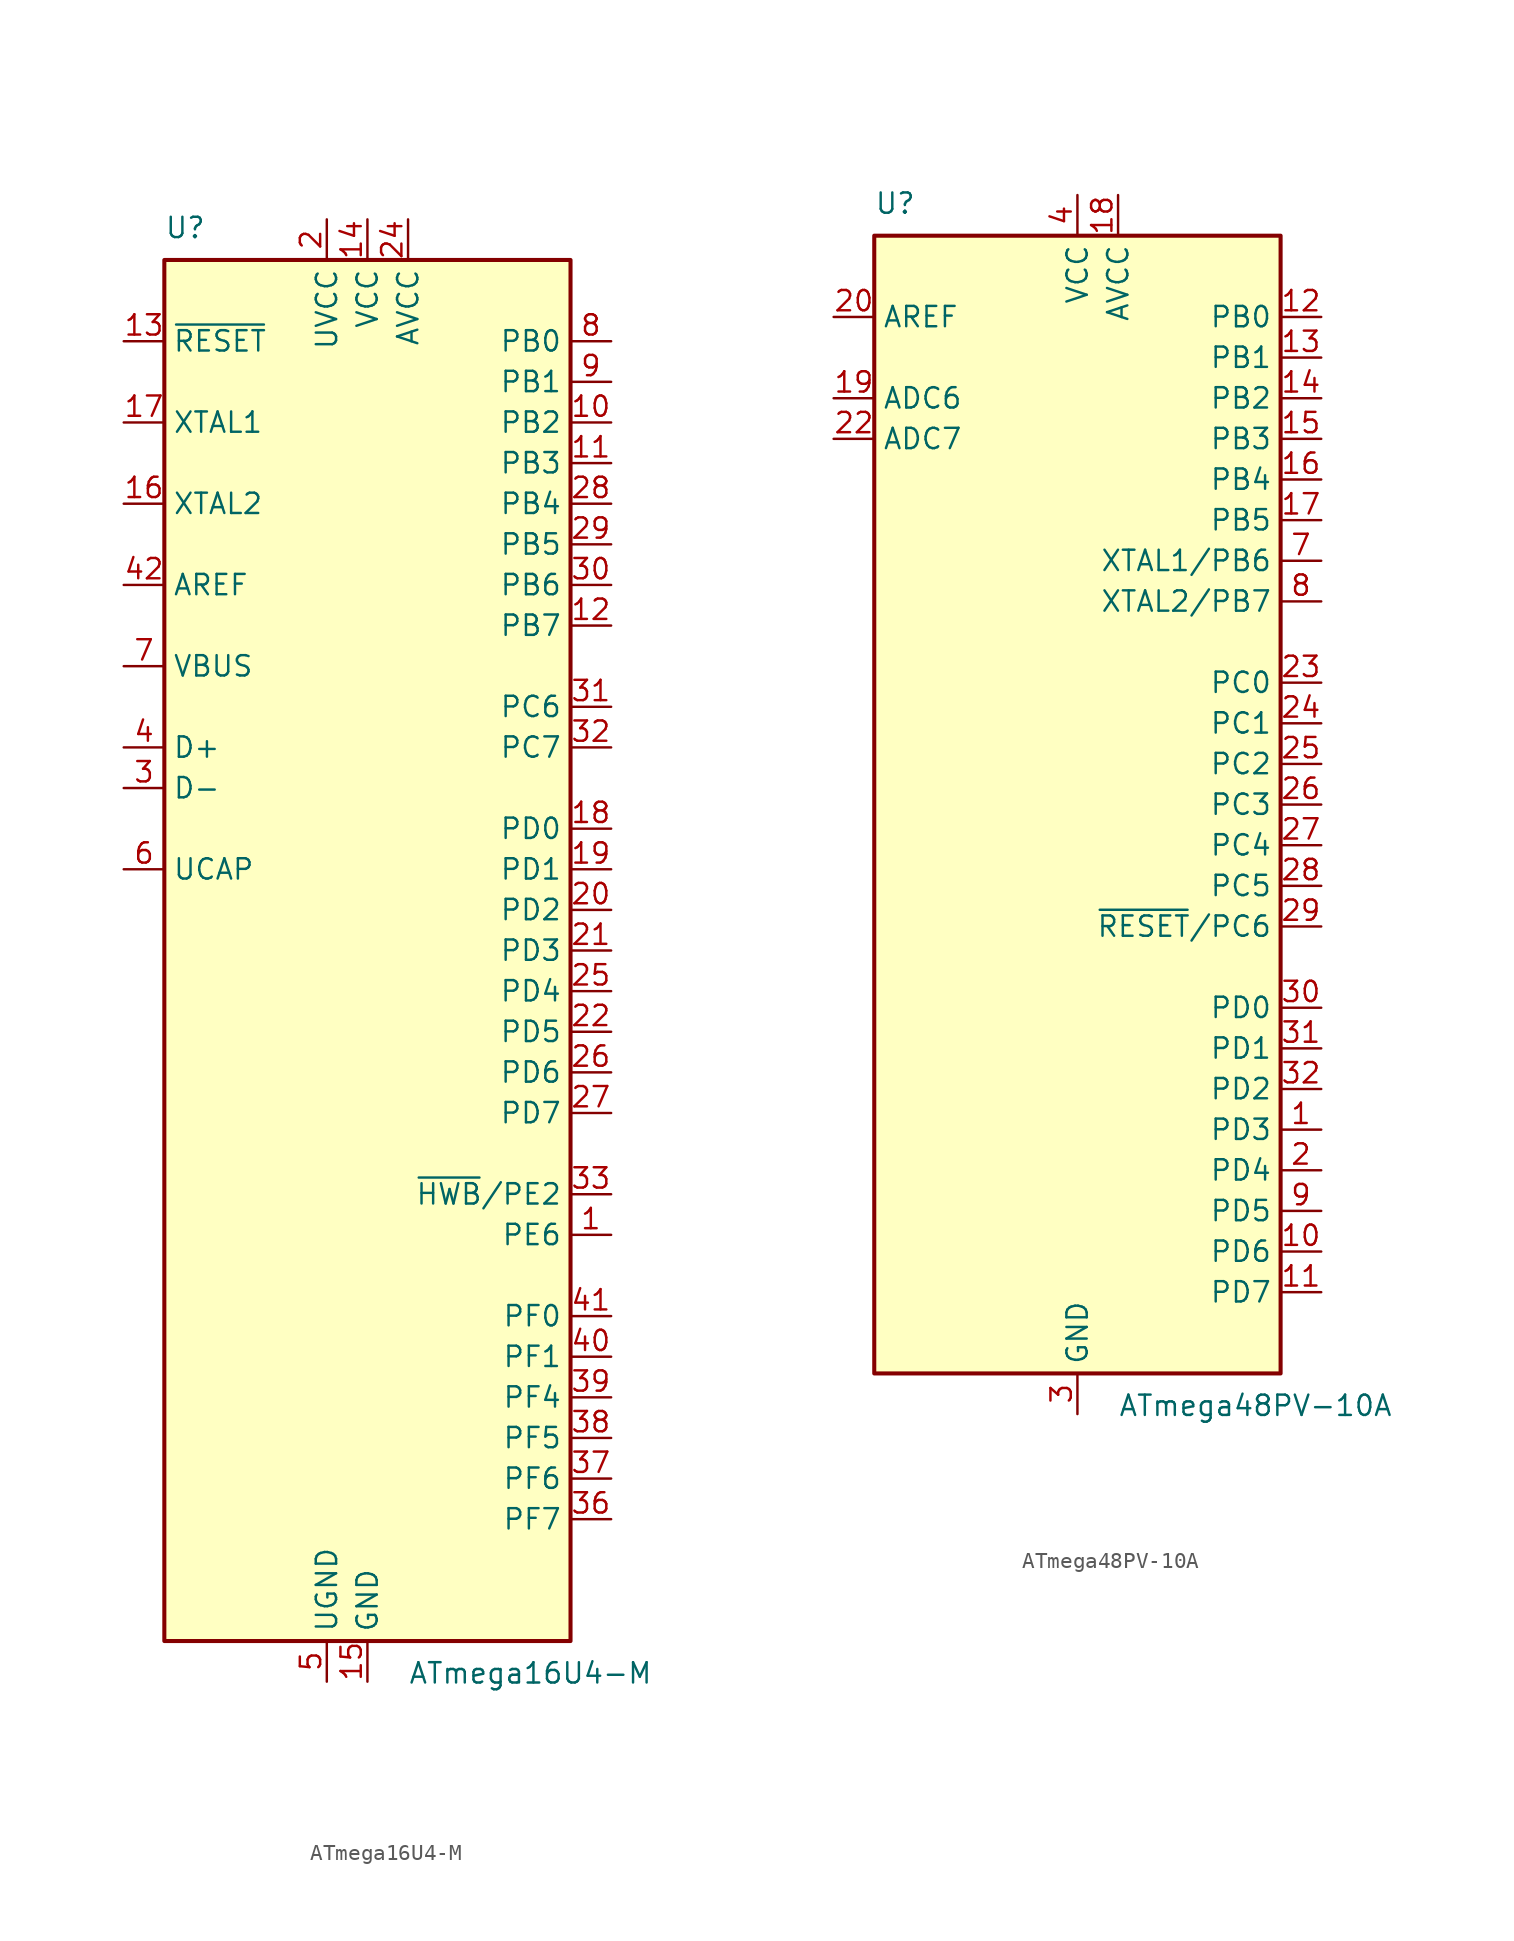
<source format=kicad_sym>
(kicad_symbol_lib
  (version 20241209)
  (generator "kicad_symbol_editor")
  (generator_version "9.0")
  (symbol "ATmega16U4-M"
    (property "Reference" "U"
      (at -12.7 44.45 0)
      (effects (font (size 1.27 1.27)) (justify left bottom)))
    (property "Value" "ATmega16U4-M"
      (at 2.54 -44.45 0)
      (effects (font (size 1.27 1.27)) (justify left top)))
    (symbol "ATmega16U4-M_0_1"
      (rectangle (start -12.7 -43.18) (end 12.7 43.18) (stroke (width 0.254) (type default)) (fill (type background))))
    (symbol "ATmega16U4-M_1_1"
      (pin input line (at -15.24 38.1 0) (length 2.54) (name "~{RESET}" (effects (font (size 1.27 1.27)))) (number "13" (effects (font (size 1.27 1.27)))))
      (pin input line (at -15.24 33.02 0) (length 2.54) (name "XTAL1" (effects (font (size 1.27 1.27)))) (number "17" (effects (font (size 1.27 1.27)))))
      (pin output line (at -15.24 27.94 0) (length 2.54) (name "XTAL2" (effects (font (size 1.27 1.27)))) (number "16" (effects (font (size 1.27 1.27)))))
      (pin passive line (at -15.24 22.86 0) (length 2.54) (name "AREF" (effects (font (size 1.27 1.27)))) (number "42" (effects (font (size 1.27 1.27)))))
      (pin input line (at -15.24 17.78 0) (length 2.54) (name "VBUS" (effects (font (size 1.27 1.27)))) (number "7" (effects (font (size 1.27 1.27)))))
      (pin bidirectional line (at -15.24 12.7 0) (length 2.54) (name "D+" (effects (font (size 1.27 1.27)))) (number "4" (effects (font (size 1.27 1.27)))))
      (pin bidirectional line (at -15.24 10.16 0) (length 2.54) (name "D-" (effects (font (size 1.27 1.27)))) (number "3" (effects (font (size 1.27 1.27)))))
      (pin passive line (at -15.24 5.08 0) (length 2.54) (name "UCAP" (effects (font (size 1.27 1.27)))) (number "6" (effects (font (size 1.27 1.27)))))
      (pin power_in line (at -2.54 45.72 270) (length 2.54) (name "UVCC" (effects (font (size 1.27 1.27)))) (number "2" (effects (font (size 1.27 1.27)))))
      (pin passive line (at -2.54 -45.72 90) (length 2.54) (name "UGND" (effects (font (size 1.27 1.27)))) (number "5" (effects (font (size 1.27 1.27)))))
      (pin power_in line (at 0 45.72 270) (length 2.54) (name "VCC" (effects (font (size 1.27 1.27)))) (number "14" (effects (font (size 1.27 1.27)))))
      (pin passive line (at 0 45.72 270) (length 2.54) (hide yes) (name "VCC" (effects (font (size 1.27 1.27)))) (number "34" (effects (font (size 1.27 1.27)))))
      (pin power_in line (at 0 -45.72 90) (length 2.54) (name "GND" (effects (font (size 1.27 1.27)))) (number "15" (effects (font (size 1.27 1.27)))))
      (pin passive line (at 0 -45.72 90) (length 2.54) (hide yes) (name "GND" (effects (font (size 1.27 1.27)))) (number "23" (effects (font (size 1.27 1.27)))))
      (pin passive line (at 0 -45.72 90) (length 2.54) (hide yes) (name "GND" (effects (font (size 1.27 1.27)))) (number "35" (effects (font (size 1.27 1.27)))))
      (pin passive line (at 0 -45.72 90) (length 2.54) (hide yes) (name "GND" (effects (font (size 1.27 1.27)))) (number "43" (effects (font (size 1.27 1.27)))))
      (pin passive line (at 0 -45.72 90) (length 2.54) (hide yes) (name "GND" (effects (font (size 1.27 1.27)))) (number "45" (effects (font (size 1.27 1.27)))))
      (pin power_in line (at 2.54 45.72 270) (length 2.54) (name "AVCC" (effects (font (size 1.27 1.27)))) (number "24" (effects (font (size 1.27 1.27)))))
      (pin passive line (at 2.54 45.72 270) (length 2.54) (hide yes) (name "AVCC" (effects (font (size 1.27 1.27)))) (number "44" (effects (font (size 1.27 1.27)))))
      (pin bidirectional line (at 15.24 38.1 180) (length 2.54) (name "PB0" (effects (font (size 1.27 1.27)))) (number "8" (effects (font (size 1.27 1.27)))))
      (pin bidirectional line (at 15.24 35.56 180) (length 2.54) (name "PB1" (effects (font (size 1.27 1.27)))) (number "9" (effects (font (size 1.27 1.27)))))
      (pin bidirectional line (at 15.24 33.02 180) (length 2.54) (name "PB2" (effects (font (size 1.27 1.27)))) (number "10" (effects (font (size 1.27 1.27)))))
      (pin bidirectional line (at 15.24 30.48 180) (length 2.54) (name "PB3" (effects (font (size 1.27 1.27)))) (number "11" (effects (font (size 1.27 1.27)))))
      (pin bidirectional line (at 15.24 27.94 180) (length 2.54) (name "PB4" (effects (font (size 1.27 1.27)))) (number "28" (effects (font (size 1.27 1.27)))))
      (pin bidirectional line (at 15.24 25.4 180) (length 2.54) (name "PB5" (effects (font (size 1.27 1.27)))) (number "29" (effects (font (size 1.27 1.27)))))
      (pin bidirectional line (at 15.24 22.86 180) (length 2.54) (name "PB6" (effects (font (size 1.27 1.27)))) (number "30" (effects (font (size 1.27 1.27)))))
      (pin bidirectional line (at 15.24 20.32 180) (length 2.54) (name "PB7" (effects (font (size 1.27 1.27)))) (number "12" (effects (font (size 1.27 1.27)))))
      (pin bidirectional line (at 15.24 15.24 180) (length 2.54) (name "PC6" (effects (font (size 1.27 1.27)))) (number "31" (effects (font (size 1.27 1.27)))))
      (pin bidirectional line (at 15.24 12.7 180) (length 2.54) (name "PC7" (effects (font (size 1.27 1.27)))) (number "32" (effects (font (size 1.27 1.27)))))
      (pin bidirectional line (at 15.24 7.62 180) (length 2.54) (name "PD0" (effects (font (size 1.27 1.27)))) (number "18" (effects (font (size 1.27 1.27)))))
      (pin bidirectional line (at 15.24 5.08 180) (length 2.54) (name "PD1" (effects (font (size 1.27 1.27)))) (number "19" (effects (font (size 1.27 1.27)))))
      (pin bidirectional line (at 15.24 2.54 180) (length 2.54) (name "PD2" (effects (font (size 1.27 1.27)))) (number "20" (effects (font (size 1.27 1.27)))))
      (pin bidirectional line (at 15.24 0 180) (length 2.54) (name "PD3" (effects (font (size 1.27 1.27)))) (number "21" (effects (font (size 1.27 1.27)))))
      (pin bidirectional line (at 15.24 -2.54 180) (length 2.54) (name "PD4" (effects (font (size 1.27 1.27)))) (number "25" (effects (font (size 1.27 1.27)))))
      (pin bidirectional line (at 15.24 -5.08 180) (length 2.54) (name "PD5" (effects (font (size 1.27 1.27)))) (number "22" (effects (font (size 1.27 1.27)))))
      (pin bidirectional line (at 15.24 -7.62 180) (length 2.54) (name "PD6" (effects (font (size 1.27 1.27)))) (number "26" (effects (font (size 1.27 1.27)))))
      (pin bidirectional line (at 15.24 -10.16 180) (length 2.54) (name "PD7" (effects (font (size 1.27 1.27)))) (number "27" (effects (font (size 1.27 1.27)))))
      (pin bidirectional line (at 15.24 -15.24 180) (length 2.54) (name "~{HWB}/PE2" (effects (font (size 1.27 1.27)))) (number "33" (effects (font (size 1.27 1.27)))))
      (pin bidirectional line (at 15.24 -17.78 180) (length 2.54) (name "PE6" (effects (font (size 1.27 1.27)))) (number "1" (effects (font (size 1.27 1.27)))))
      (pin bidirectional line (at 15.24 -22.86 180) (length 2.54) (name "PF0" (effects (font (size 1.27 1.27)))) (number "41" (effects (font (size 1.27 1.27)))))
      (pin bidirectional line (at 15.24 -25.4 180) (length 2.54) (name "PF1" (effects (font (size 1.27 1.27)))) (number "40" (effects (font (size 1.27 1.27)))))
      (pin bidirectional line (at 15.24 -27.94 180) (length 2.54) (name "PF4" (effects (font (size 1.27 1.27)))) (number "39" (effects (font (size 1.27 1.27)))))
      (pin bidirectional line (at 15.24 -30.48 180) (length 2.54) (name "PF5" (effects (font (size 1.27 1.27)))) (number "38" (effects (font (size 1.27 1.27)))))
      (pin bidirectional line (at 15.24 -33.02 180) (length 2.54) (name "PF6" (effects (font (size 1.27 1.27)))) (number "37" (effects (font (size 1.27 1.27)))))
      (pin bidirectional line (at 15.24 -35.56 180) (length 2.54) (name "PF7" (effects (font (size 1.27 1.27)))) (number "36" (effects (font (size 1.27 1.27)))))))
  (symbol "ATmega48PV-10A"
    (property "Reference" "U"
      (at -12.7 36.83 0)
      (effects (font (size 1.27 1.27)) (justify left bottom)))
    (property "Value" "ATmega48PV-10A"
      (at 2.54 -36.83 0)
      (effects (font (size 1.27 1.27)) (justify left top)))
    (symbol "ATmega48PV-10A_0_1"
      (rectangle (start -12.7 -35.56) (end 12.7 35.56) (stroke (width 0.254) (type default)) (fill (type background))))
    (symbol "ATmega48PV-10A_1_1"
      (pin passive line (at -15.24 30.48 0) (length 2.54) (name "AREF" (effects (font (size 1.27 1.27)))) (number "20" (effects (font (size 1.27 1.27)))))
      (pin input line (at -15.24 25.4 0) (length 2.54) (name "ADC6" (effects (font (size 1.27 1.27)))) (number "19" (effects (font (size 1.27 1.27)))))
      (pin input line (at -15.24 22.86 0) (length 2.54) (name "ADC7" (effects (font (size 1.27 1.27)))) (number "22" (effects (font (size 1.27 1.27)))))
      (pin power_in line (at 0 38.1 270) (length 2.54) (name "VCC" (effects (font (size 1.27 1.27)))) (number "4" (effects (font (size 1.27 1.27)))))
      (pin passive line (at 0 38.1 270) (length 2.54) (hide yes) (name "VCC" (effects (font (size 1.27 1.27)))) (number "6" (effects (font (size 1.27 1.27)))))
      (pin passive line (at 0 -38.1 90) (length 2.54) (hide yes) (name "GND" (effects (font (size 1.27 1.27)))) (number "21" (effects (font (size 1.27 1.27)))))
      (pin power_in line (at 0 -38.1 90) (length 2.54) (name "GND" (effects (font (size 1.27 1.27)))) (number "3" (effects (font (size 1.27 1.27)))))
      (pin passive line (at 0 -38.1 90) (length 2.54) (hide yes) (name "GND" (effects (font (size 1.27 1.27)))) (number "5" (effects (font (size 1.27 1.27)))))
      (pin power_in line (at 2.54 38.1 270) (length 2.54) (name "AVCC" (effects (font (size 1.27 1.27)))) (number "18" (effects (font (size 1.27 1.27)))))
      (pin bidirectional line (at 15.24 30.48 180) (length 2.54) (name "PB0" (effects (font (size 1.27 1.27)))) (number "12" (effects (font (size 1.27 1.27)))))
      (pin bidirectional line (at 15.24 27.94 180) (length 2.54) (name "PB1" (effects (font (size 1.27 1.27)))) (number "13" (effects (font (size 1.27 1.27)))))
      (pin bidirectional line (at 15.24 25.4 180) (length 2.54) (name "PB2" (effects (font (size 1.27 1.27)))) (number "14" (effects (font (size 1.27 1.27)))))
      (pin bidirectional line (at 15.24 22.86 180) (length 2.54) (name "PB3" (effects (font (size 1.27 1.27)))) (number "15" (effects (font (size 1.27 1.27)))))
      (pin bidirectional line (at 15.24 20.32 180) (length 2.54) (name "PB4" (effects (font (size 1.27 1.27)))) (number "16" (effects (font (size 1.27 1.27)))))
      (pin bidirectional line (at 15.24 17.78 180) (length 2.54) (name "PB5" (effects (font (size 1.27 1.27)))) (number "17" (effects (font (size 1.27 1.27)))))
      (pin bidirectional line (at 15.24 15.24 180) (length 2.54) (name "XTAL1/PB6" (effects (font (size 1.27 1.27)))) (number "7" (effects (font (size 1.27 1.27)))))
      (pin bidirectional line (at 15.24 12.7 180) (length 2.54) (name "XTAL2/PB7" (effects (font (size 1.27 1.27)))) (number "8" (effects (font (size 1.27 1.27)))))
      (pin bidirectional line (at 15.24 7.62 180) (length 2.54) (name "PC0" (effects (font (size 1.27 1.27)))) (number "23" (effects (font (size 1.27 1.27)))))
      (pin bidirectional line (at 15.24 5.08 180) (length 2.54) (name "PC1" (effects (font (size 1.27 1.27)))) (number "24" (effects (font (size 1.27 1.27)))))
      (pin bidirectional line (at 15.24 2.54 180) (length 2.54) (name "PC2" (effects (font (size 1.27 1.27)))) (number "25" (effects (font (size 1.27 1.27)))))
      (pin bidirectional line (at 15.24 0 180) (length 2.54) (name "PC3" (effects (font (size 1.27 1.27)))) (number "26" (effects (font (size 1.27 1.27)))))
      (pin bidirectional line (at 15.24 -2.54 180) (length 2.54) (name "PC4" (effects (font (size 1.27 1.27)))) (number "27" (effects (font (size 1.27 1.27)))))
      (pin bidirectional line (at 15.24 -5.08 180) (length 2.54) (name "PC5" (effects (font (size 1.27 1.27)))) (number "28" (effects (font (size 1.27 1.27)))))
      (pin bidirectional line (at 15.24 -7.62 180) (length 2.54) (name "~{RESET}/PC6" (effects (font (size 1.27 1.27)))) (number "29" (effects (font (size 1.27 1.27)))))
      (pin bidirectional line (at 15.24 -12.7 180) (length 2.54) (name "PD0" (effects (font (size 1.27 1.27)))) (number "30" (effects (font (size 1.27 1.27)))))
      (pin bidirectional line (at 15.24 -15.24 180) (length 2.54) (name "PD1" (effects (font (size 1.27 1.27)))) (number "31" (effects (font (size 1.27 1.27)))))
      (pin bidirectional line (at 15.24 -17.78 180) (length 2.54) (name "PD2" (effects (font (size 1.27 1.27)))) (number "32" (effects (font (size 1.27 1.27)))))
      (pin bidirectional line (at 15.24 -20.32 180) (length 2.54) (name "PD3" (effects (font (size 1.27 1.27)))) (number "1" (effects (font (size 1.27 1.27)))))
      (pin bidirectional line (at 15.24 -22.86 180) (length 2.54) (name "PD4" (effects (font (size 1.27 1.27)))) (number "2" (effects (font (size 1.27 1.27)))))
      (pin bidirectional line (at 15.24 -25.4 180) (length 2.54) (name "PD5" (effects (font (size 1.27 1.27)))) (number "9" (effects (font (size 1.27 1.27)))))
      (pin bidirectional line (at 15.24 -27.94 180) (length 2.54) (name "PD6" (effects (font (size 1.27 1.27)))) (number "10" (effects (font (size 1.27 1.27)))))
      (pin bidirectional line (at 15.24 -30.48 180) (length 2.54) (name "PD7" (effects (font (size 1.27 1.27)))) (number "11" (effects (font (size 1.27 1.27))))))))
</source>
